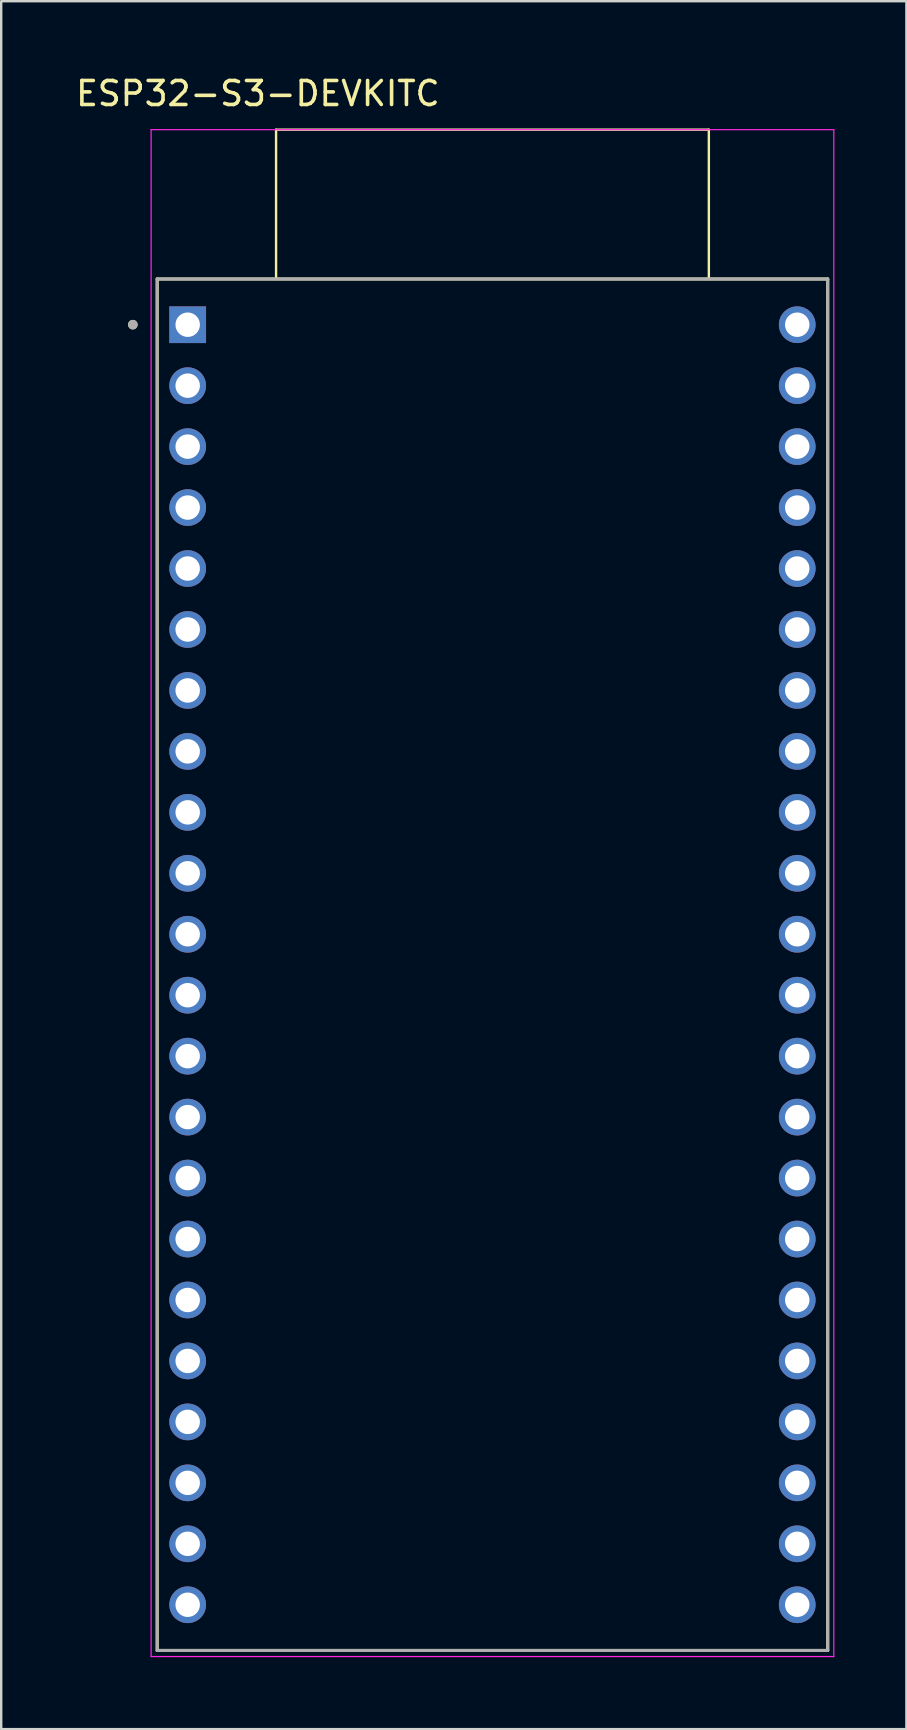
<source format=kicad_pcb>
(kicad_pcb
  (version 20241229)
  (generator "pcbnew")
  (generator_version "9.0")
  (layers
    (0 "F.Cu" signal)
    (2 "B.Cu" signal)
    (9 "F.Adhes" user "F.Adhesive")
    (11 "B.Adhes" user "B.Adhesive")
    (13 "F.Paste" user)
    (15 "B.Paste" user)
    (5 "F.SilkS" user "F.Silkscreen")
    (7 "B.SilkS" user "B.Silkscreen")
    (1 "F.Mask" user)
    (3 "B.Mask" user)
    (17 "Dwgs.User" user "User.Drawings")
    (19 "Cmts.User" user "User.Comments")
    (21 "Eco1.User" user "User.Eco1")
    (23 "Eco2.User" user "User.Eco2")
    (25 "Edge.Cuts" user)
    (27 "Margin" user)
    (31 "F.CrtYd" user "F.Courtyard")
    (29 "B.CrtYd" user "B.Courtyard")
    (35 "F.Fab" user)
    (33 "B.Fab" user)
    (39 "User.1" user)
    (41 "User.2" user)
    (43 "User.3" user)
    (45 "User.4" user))
  (footprint "ESP32-S3-DEVKITC"
    (layer "F.Cu")
    (at 17.471 40.453)
    (property "Reference" "ESP32-S3-DEVKITC" (at -9.775 -39.605 0) (layer "F.SilkS") (effects (font (size 1 1) (thickness 0.15))))
    (attr through_hole)
    (fp_line (start -13.97 -31.877) (end 13.97 -31.877) (stroke (width 0.127) (type solid)) (layer "F.SilkS"))
    (fp_line (start -13.97 25.273) (end -13.97 -31.877) (stroke (width 0.127) (type solid)) (layer "F.SilkS"))
    (fp_line (start -9.017 -38.1) (end -9.017 -31.877) (stroke (width 0.1) (type default)) (layer "F.SilkS"))
    (fp_line (start -9.017 -38.1) (end 9.017 -38.1) (stroke (width 0.1) (type default)) (layer "F.SilkS"))
    (fp_line (start 9.017 -38.1) (end 9.017 -31.877) (stroke (width 0.1) (type default)) (layer "F.SilkS"))
    (fp_line (start 13.97 -31.877) (end 13.97 25.273) (stroke (width 0.127) (type solid)) (layer "F.SilkS"))
    (fp_line (start 13.97 25.273) (end -13.97 25.273) (stroke (width 0.127) (type solid)) (layer "F.SilkS"))
    (fp_circle (center -14.986 -29.974) (end -14.886 -29.974) (stroke (width 0.2) (type solid)) (fill no) (layer "F.SilkS"))
    (fp_line (start -14.224 -38.1) (end -14.224 25.527) (stroke (width 0.05) (type solid)) (layer "F.CrtYd"))
    (fp_line (start -14.224 25.527) (end 14.224 25.527) (stroke (width 0.05) (type solid)) (layer "F.CrtYd"))
    (fp_line (start 14.224 -38.1) (end -14.224 -38.1) (stroke (width 0.05) (type solid)) (layer "F.CrtYd"))
    (fp_line (start 14.224 25.527) (end 14.224 -38.1) (stroke (width 0.05) (type solid)) (layer "F.CrtYd"))
    (fp_line (start -13.97 -31.877) (end 13.97 -31.877) (stroke (width 0.127) (type solid)) (layer "F.Fab"))
    (fp_line (start -13.97 25.273) (end -13.97 -31.877) (stroke (width 0.127) (type solid)) (layer "F.Fab"))
    (fp_line (start 13.97 -31.877) (end 13.97 25.273) (stroke (width 0.127) (type solid)) (layer "F.Fab"))
    (fp_line (start 13.97 25.273) (end -13.97 25.273) (stroke (width 0.127) (type solid)) (layer "F.Fab"))
    (fp_circle (center -14.986 -29.974) (end -14.886 -29.974) (stroke (width 0.2) (type solid)) (fill no) (layer "F.Fab"))
    (pad "J1_1" thru_hole rect (at -12.7 -29.972) (size 1.53 1.53) (drill 1.02) (layers "*.Cu" "*.Mask"))
    (pad "J1_2" thru_hole circle (at -12.7 -27.432) (size 1.53 1.53) (drill 1.02) (layers "*.Cu" "*.Mask"))
    (pad "J1_3" thru_hole circle (at -12.7 -24.892) (size 1.53 1.53) (drill 1.02) (layers "*.Cu" "*.Mask"))
    (pad "J1_4" thru_hole circle (at -12.7 -22.352) (size 1.53 1.53) (drill 1.02) (layers "*.Cu" "*.Mask"))
    (pad "J1_5" thru_hole circle (at -12.7 -19.812) (size 1.53 1.53) (drill 1.02) (layers "*.Cu" "*.Mask"))
    (pad "J1_6" thru_hole circle (at -12.7 -17.272) (size 1.53 1.53) (drill 1.02) (layers "*.Cu" "*.Mask"))
    (pad "J1_7" thru_hole circle (at -12.7 -14.732) (size 1.53 1.53) (drill 1.02) (layers "*.Cu" "*.Mask"))
    (pad "J1_8" thru_hole circle (at -12.7 -12.192) (size 1.53 1.53) (drill 1.02) (layers "*.Cu" "*.Mask"))
    (pad "J1_9" thru_hole circle (at -12.7 -9.652) (size 1.53 1.53) (drill 1.02) (layers "*.Cu" "*.Mask"))
    (pad "J1_10" thru_hole circle (at -12.7 -7.112) (size 1.53 1.53) (drill 1.02) (layers "*.Cu" "*.Mask"))
    (pad "J1_11" thru_hole circle (at -12.7 -4.572) (size 1.53 1.53) (drill 1.02) (layers "*.Cu" "*.Mask"))
    (pad "J1_12" thru_hole circle (at -12.7 -2.032) (size 1.53 1.53) (drill 1.02) (layers "*.Cu" "*.Mask"))
    (pad "J1_13" thru_hole circle (at -12.7 0.508) (size 1.53 1.53) (drill 1.02) (layers "*.Cu" "*.Mask"))
    (pad "J1_14" thru_hole circle (at -12.7 3.048) (size 1.53 1.53) (drill 1.02) (layers "*.Cu" "*.Mask"))
    (pad "J1_15" thru_hole circle (at -12.7 5.588) (size 1.53 1.53) (drill 1.02) (layers "*.Cu" "*.Mask"))
    (pad "J1_16" thru_hole circle (at -12.7 8.128) (size 1.53 1.53) (drill 1.02) (layers "*.Cu" "*.Mask"))
    (pad "J1_17" thru_hole circle (at -12.7 10.668) (size 1.53 1.53) (drill 1.02) (layers "*.Cu" "*.Mask"))
    (pad "J1_18" thru_hole circle (at -12.7 13.208) (size 1.53 1.53) (drill 1.02) (layers "*.Cu" "*.Mask"))
    (pad "J1_19" thru_hole circle (at -12.7 15.748) (size 1.53 1.53) (drill 1.02) (layers "*.Cu" "*.Mask"))
    (pad "J1_20" thru_hole circle (at -12.7 18.288) (size 1.53 1.53) (drill 1.02) (layers "*.Cu" "*.Mask"))
    (pad "J1_21" thru_hole circle (at -12.7 20.828) (size 1.53 1.53) (drill 1.02) (layers "*.Cu" "*.Mask"))
    (pad "J1_22" thru_hole circle (at -12.7 23.368) (size 1.53 1.53) (drill 1.02) (layers "*.Cu" "*.Mask"))
    (pad "J3_1" thru_hole circle (at 12.7 -29.972) (size 1.53 1.53) (drill 1.02) (layers "*.Cu" "*.Mask"))
    (pad "J3_2" thru_hole circle (at 12.7 -27.432) (size 1.53 1.53) (drill 1.02) (layers "*.Cu" "*.Mask"))
    (pad "J3_3" thru_hole circle (at 12.7 -24.892) (size 1.53 1.53) (drill 1.02) (layers "*.Cu" "*.Mask"))
    (pad "J3_4" thru_hole circle (at 12.7 -22.352) (size 1.53 1.53) (drill 1.02) (layers "*.Cu" "*.Mask"))
    (pad "J3_5" thru_hole circle (at 12.7 -19.812) (size 1.53 1.53) (drill 1.02) (layers "*.Cu" "*.Mask"))
    (pad "J3_6" thru_hole circle (at 12.7 -17.272) (size 1.53 1.53) (drill 1.02) (layers "*.Cu" "*.Mask"))
    (pad "J3_7" thru_hole circle (at 12.7 -14.732) (size 1.53 1.53) (drill 1.02) (layers "*.Cu" "*.Mask"))
    (pad "J3_8" thru_hole circle (at 12.7 -12.192) (size 1.53 1.53) (drill 1.02) (layers "*.Cu" "*.Mask"))
    (pad "J3_9" thru_hole circle (at 12.7 -9.652) (size 1.53 1.53) (drill 1.02) (layers "*.Cu" "*.Mask"))
    (pad "J3_10" thru_hole circle (at 12.7 -7.112) (size 1.53 1.53) (drill 1.02) (layers "*.Cu" "*.Mask"))
    (pad "J3_11" thru_hole circle (at 12.7 -4.572) (size 1.53 1.53) (drill 1.02) (layers "*.Cu" "*.Mask"))
    (pad "J3_12" thru_hole circle (at 12.7 -2.032) (size 1.53 1.53) (drill 1.02) (layers "*.Cu" "*.Mask"))
    (pad "J3_13" thru_hole circle (at 12.7 0.508) (size 1.53 1.53) (drill 1.02) (layers "*.Cu" "*.Mask"))
    (pad "J3_14" thru_hole circle (at 12.7 3.048) (size 1.53 1.53) (drill 1.02) (layers "*.Cu" "*.Mask"))
    (pad "J3_15" thru_hole circle (at 12.7 5.588) (size 1.53 1.53) (drill 1.02) (layers "*.Cu" "*.Mask"))
    (pad "J3_16" thru_hole circle (at 12.7 8.128) (size 1.53 1.53) (drill 1.02) (layers "*.Cu" "*.Mask"))
    (pad "J3_17" thru_hole circle (at 12.7 10.668) (size 1.53 1.53) (drill 1.02) (layers "*.Cu" "*.Mask"))
    (pad "J3_18" thru_hole circle (at 12.7 13.208) (size 1.53 1.53) (drill 1.02) (layers "*.Cu" "*.Mask"))
    (pad "J3_19" thru_hole circle (at 12.7 15.748) (size 1.53 1.53) (drill 1.02) (layers "*.Cu" "*.Mask"))
    (pad "J3_20" thru_hole circle (at 12.7 18.288) (size 1.53 1.53) (drill 1.02) (layers "*.Cu" "*.Mask"))
    (pad "J3_21" thru_hole circle (at 12.7 20.828) (size 1.53 1.53) (drill 1.02) (layers "*.Cu" "*.Mask"))
    (pad "J3_22" thru_hole circle (at 12.7 23.368) (size 1.53 1.53) (drill 1.02) (layers "*.Cu" "*.Mask")))
  (gr_rect
    (start -3 -3)
    (end 34.72 69.005)
    (stroke (width 0.1) (type default))
    (fill no)
    (layer "Edge.Cuts")))
</source>
